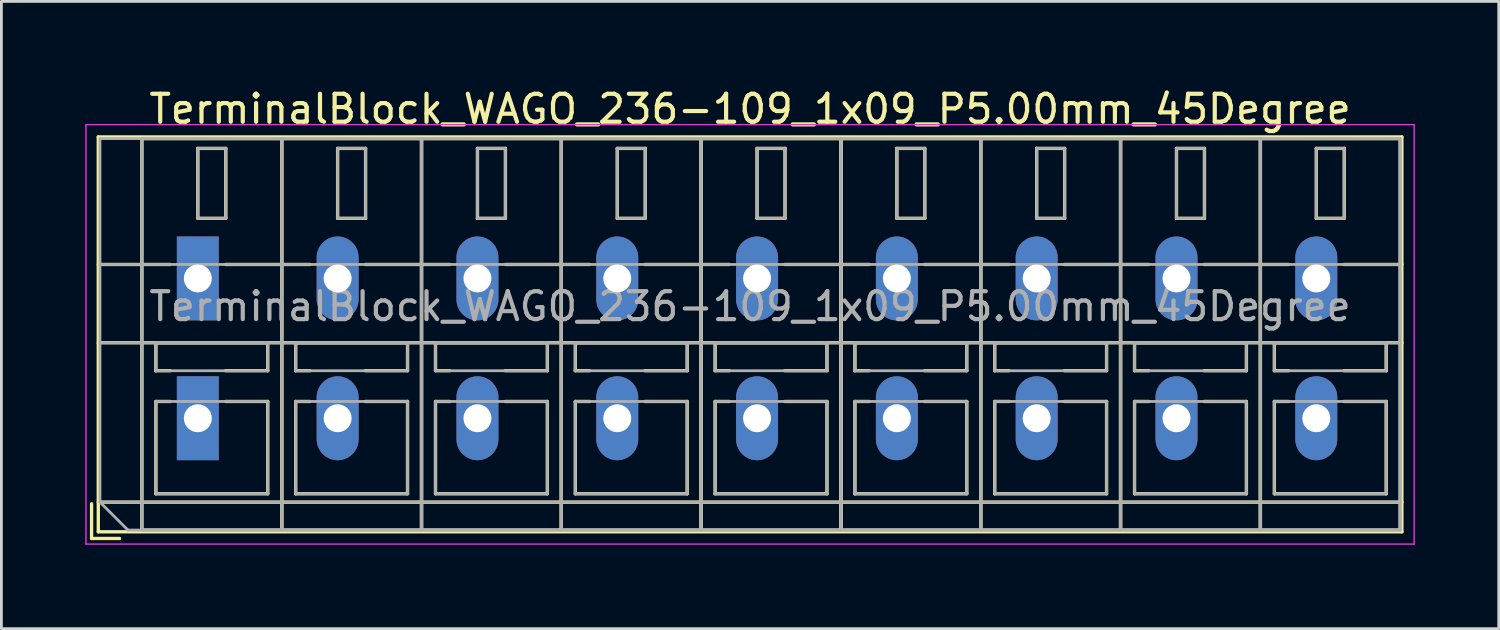
<source format=kicad_pcb>
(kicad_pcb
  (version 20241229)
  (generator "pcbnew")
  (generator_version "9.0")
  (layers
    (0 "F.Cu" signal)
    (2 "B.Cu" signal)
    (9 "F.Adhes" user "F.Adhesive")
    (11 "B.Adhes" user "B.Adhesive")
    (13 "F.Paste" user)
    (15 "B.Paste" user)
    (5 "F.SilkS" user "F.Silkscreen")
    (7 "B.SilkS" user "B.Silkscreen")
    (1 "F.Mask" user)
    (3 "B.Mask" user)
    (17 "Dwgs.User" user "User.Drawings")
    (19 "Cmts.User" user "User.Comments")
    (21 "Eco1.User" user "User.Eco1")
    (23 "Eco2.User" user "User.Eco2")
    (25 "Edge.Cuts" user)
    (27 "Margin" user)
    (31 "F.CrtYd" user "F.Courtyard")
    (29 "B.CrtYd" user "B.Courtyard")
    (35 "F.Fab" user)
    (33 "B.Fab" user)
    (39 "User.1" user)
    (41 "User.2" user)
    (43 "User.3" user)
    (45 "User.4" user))
  (footprint "TerminalBlock_WAGO_236-109_1x09_P5.00mm_45Degree"
    (layer "F.Cu")
    (at 4.025 11.908)
    (property "Reference" "TerminalBlock_WAGO_236-109_1x09_P5.00mm_45Degree" (at 19.75 -11.06 0) (layer "F.SilkS") (effects (font (size 1 1) (thickness 0.15))))
    (attr through_hole)
    (fp_line (start -3.8 3.06) (end -3.8 4.3) (stroke (width 0.12) (type solid)) (layer "F.SilkS"))
    (fp_line (start -3.8 4.3) (end -2.8 4.3) (stroke (width 0.12) (type solid)) (layer "F.SilkS"))
    (fp_line (start -3.56 -10.06) (end -3.56 4.06) (stroke (width 0.12) (type solid)) (layer "F.SilkS"))
    (fp_line (start -3.56 -10.06) (end 43.06 -10.06) (stroke (width 0.12) (type solid)) (layer "F.SilkS"))
    (fp_line (start -3.56 -5.5) (end -0.99 -5.5) (stroke (width 0.12) (type solid)) (layer "F.SilkS"))
    (fp_line (start -3.56 -2.7) (end 43.06 -2.7) (stroke (width 0.12) (type solid)) (layer "F.SilkS"))
    (fp_line (start -3.56 3) (end 43.06 3) (stroke (width 0.12) (type solid)) (layer "F.SilkS"))
    (fp_line (start -3.56 4.06) (end 43.06 4.06) (stroke (width 0.12) (type solid)) (layer "F.SilkS"))
    (fp_line (start -2 -10) (end -2 4) (stroke (width 0.12) (type solid)) (layer "F.SilkS"))
    (fp_line (start -2 -10) (end 3 -10) (stroke (width 0.12) (type solid)) (layer "F.SilkS"))
    (fp_line (start -2 4) (end 3 4) (stroke (width 0.12) (type solid)) (layer "F.SilkS"))
    (fp_line (start -1.5 -2.7) (end -1.5 -1.701) (stroke (width 0.12) (type solid)) (layer "F.SilkS"))
    (fp_line (start -1.5 -2.7) (end 2.5 -2.7) (stroke (width 0.12) (type solid)) (layer "F.SilkS"))
    (fp_line (start -1.5 -1.701) (end -0.99 -1.701) (stroke (width 0.12) (type solid)) (layer "F.SilkS"))
    (fp_line (start -1.5 -0.6) (end -1.5 2.7) (stroke (width 0.12) (type solid)) (layer "F.SilkS"))
    (fp_line (start -1.5 -0.6) (end -0.99 -0.6) (stroke (width 0.12) (type solid)) (layer "F.SilkS"))
    (fp_line (start -1.5 2.7) (end 2.5 2.7) (stroke (width 0.12) (type solid)) (layer "F.SilkS"))
    (fp_line (start 0 -9.65) (end 0 -7.15) (stroke (width 0.12) (type solid)) (layer "F.SilkS"))
    (fp_line (start 0 -9.65) (end 1 -9.65) (stroke (width 0.12) (type solid)) (layer "F.SilkS"))
    (fp_line (start 0 -7.15) (end 1 -7.15) (stroke (width 0.12) (type solid)) (layer "F.SilkS"))
    (fp_line (start 0.99 -5.5) (end 4.01 -5.5) (stroke (width 0.12) (type solid)) (layer "F.SilkS"))
    (fp_line (start 0.99 -1.701) (end 2.5 -1.701) (stroke (width 0.12) (type solid)) (layer "F.SilkS"))
    (fp_line (start 0.99 -0.6) (end 2.5 -0.6) (stroke (width 0.12) (type solid)) (layer "F.SilkS"))
    (fp_line (start 1 -9.65) (end 1 -7.15) (stroke (width 0.12) (type solid)) (layer "F.SilkS"))
    (fp_line (start 2.5 -2.7) (end 2.5 -1.701) (stroke (width 0.12) (type solid)) (layer "F.SilkS"))
    (fp_line (start 2.5 -0.6) (end 2.5 2.7) (stroke (width 0.12) (type solid)) (layer "F.SilkS"))
    (fp_line (start 3 -10) (end 3 4) (stroke (width 0.12) (type solid)) (layer "F.SilkS"))
    (fp_line (start 3 -10) (end 3 4) (stroke (width 0.12) (type solid)) (layer "F.SilkS"))
    (fp_line (start 3 -10) (end 8 -10) (stroke (width 0.12) (type solid)) (layer "F.SilkS"))
    (fp_line (start 3 4) (end 8 4) (stroke (width 0.12) (type solid)) (layer "F.SilkS"))
    (fp_line (start 3.5 -2.7) (end 3.5 -1.701) (stroke (width 0.12) (type solid)) (layer "F.SilkS"))
    (fp_line (start 3.5 -2.7) (end 7.5 -2.7) (stroke (width 0.12) (type solid)) (layer "F.SilkS"))
    (fp_line (start 3.5 -1.701) (end 4.01 -1.701) (stroke (width 0.12) (type solid)) (layer "F.SilkS"))
    (fp_line (start 3.5 -0.6) (end 3.5 2.7) (stroke (width 0.12) (type solid)) (layer "F.SilkS"))
    (fp_line (start 3.5 -0.6) (end 4.01 -0.6) (stroke (width 0.12) (type solid)) (layer "F.SilkS"))
    (fp_line (start 3.5 2.7) (end 7.5 2.7) (stroke (width 0.12) (type solid)) (layer "F.SilkS"))
    (fp_line (start 5 -9.65) (end 5 -7.15) (stroke (width 0.12) (type solid)) (layer "F.SilkS"))
    (fp_line (start 5 -9.65) (end 6 -9.65) (stroke (width 0.12) (type solid)) (layer "F.SilkS"))
    (fp_line (start 5 -7.15) (end 6 -7.15) (stroke (width 0.12) (type solid)) (layer "F.SilkS"))
    (fp_line (start 5.99 -5.5) (end 9.01 -5.5) (stroke (width 0.12) (type solid)) (layer "F.SilkS"))
    (fp_line (start 5.99 -1.701) (end 7.5 -1.701) (stroke (width 0.12) (type solid)) (layer "F.SilkS"))
    (fp_line (start 5.99 -0.6) (end 7.5 -0.6) (stroke (width 0.12) (type solid)) (layer "F.SilkS"))
    (fp_line (start 6 -9.65) (end 6 -7.15) (stroke (width 0.12) (type solid)) (layer "F.SilkS"))
    (fp_line (start 7.5 -2.7) (end 7.5 -1.701) (stroke (width 0.12) (type solid)) (layer "F.SilkS"))
    (fp_line (start 7.5 -0.6) (end 7.5 2.7) (stroke (width 0.12) (type solid)) (layer "F.SilkS"))
    (fp_line (start 8 -10) (end 8 4) (stroke (width 0.12) (type solid)) (layer "F.SilkS"))
    (fp_line (start 8 -10) (end 8 4) (stroke (width 0.12) (type solid)) (layer "F.SilkS"))
    (fp_line (start 8 -10) (end 13 -10) (stroke (width 0.12) (type solid)) (layer "F.SilkS"))
    (fp_line (start 8 4) (end 13 4) (stroke (width 0.12) (type solid)) (layer "F.SilkS"))
    (fp_line (start 8.5 -2.7) (end 8.5 -1.701) (stroke (width 0.12) (type solid)) (layer "F.SilkS"))
    (fp_line (start 8.5 -2.7) (end 12.5 -2.7) (stroke (width 0.12) (type solid)) (layer "F.SilkS"))
    (fp_line (start 8.5 -1.701) (end 9.01 -1.701) (stroke (width 0.12) (type solid)) (layer "F.SilkS"))
    (fp_line (start 8.5 -0.6) (end 8.5 2.7) (stroke (width 0.12) (type solid)) (layer "F.SilkS"))
    (fp_line (start 8.5 -0.6) (end 9.01 -0.6) (stroke (width 0.12) (type solid)) (layer "F.SilkS"))
    (fp_line (start 8.5 2.7) (end 12.5 2.7) (stroke (width 0.12) (type solid)) (layer "F.SilkS"))
    (fp_line (start 10 -9.65) (end 10 -7.15) (stroke (width 0.12) (type solid)) (layer "F.SilkS"))
    (fp_line (start 10 -9.65) (end 11 -9.65) (stroke (width 0.12) (type solid)) (layer "F.SilkS"))
    (fp_line (start 10 -7.15) (end 11 -7.15) (stroke (width 0.12) (type solid)) (layer "F.SilkS"))
    (fp_line (start 10.99 -5.5) (end 14.01 -5.5) (stroke (width 0.12) (type solid)) (layer "F.SilkS"))
    (fp_line (start 10.99 -1.701) (end 12.5 -1.701) (stroke (width 0.12) (type solid)) (layer "F.SilkS"))
    (fp_line (start 10.99 -0.6) (end 12.5 -0.6) (stroke (width 0.12) (type solid)) (layer "F.SilkS"))
    (fp_line (start 11 -9.65) (end 11 -7.15) (stroke (width 0.12) (type solid)) (layer "F.SilkS"))
    (fp_line (start 12.5 -2.7) (end 12.5 -1.701) (stroke (width 0.12) (type solid)) (layer "F.SilkS"))
    (fp_line (start 12.5 -0.6) (end 12.5 2.7) (stroke (width 0.12) (type solid)) (layer "F.SilkS"))
    (fp_line (start 13 -10) (end 13 4) (stroke (width 0.12) (type solid)) (layer "F.SilkS"))
    (fp_line (start 13 -10) (end 13 4) (stroke (width 0.12) (type solid)) (layer "F.SilkS"))
    (fp_line (start 13 -10) (end 18 -10) (stroke (width 0.12) (type solid)) (layer "F.SilkS"))
    (fp_line (start 13 4) (end 18 4) (stroke (width 0.12) (type solid)) (layer "F.SilkS"))
    (fp_line (start 13.5 -2.7) (end 13.5 -1.701) (stroke (width 0.12) (type solid)) (layer "F.SilkS"))
    (fp_line (start 13.5 -2.7) (end 17.5 -2.7) (stroke (width 0.12) (type solid)) (layer "F.SilkS"))
    (fp_line (start 13.5 -1.701) (end 14.01 -1.701) (stroke (width 0.12) (type solid)) (layer "F.SilkS"))
    (fp_line (start 13.5 -0.6) (end 13.5 2.7) (stroke (width 0.12) (type solid)) (layer "F.SilkS"))
    (fp_line (start 13.5 -0.6) (end 14.01 -0.6) (stroke (width 0.12) (type solid)) (layer "F.SilkS"))
    (fp_line (start 13.5 2.7) (end 17.5 2.7) (stroke (width 0.12) (type solid)) (layer "F.SilkS"))
    (fp_line (start 15 -9.65) (end 15 -7.15) (stroke (width 0.12) (type solid)) (layer "F.SilkS"))
    (fp_line (start 15 -9.65) (end 16 -9.65) (stroke (width 0.12) (type solid)) (layer "F.SilkS"))
    (fp_line (start 15 -7.15) (end 16 -7.15) (stroke (width 0.12) (type solid)) (layer "F.SilkS"))
    (fp_line (start 15.99 -5.5) (end 19.01 -5.5) (stroke (width 0.12) (type solid)) (layer "F.SilkS"))
    (fp_line (start 15.99 -1.701) (end 17.5 -1.701) (stroke (width 0.12) (type solid)) (layer "F.SilkS"))
    (fp_line (start 15.99 -0.6) (end 17.5 -0.6) (stroke (width 0.12) (type solid)) (layer "F.SilkS"))
    (fp_line (start 16 -9.65) (end 16 -7.15) (stroke (width 0.12) (type solid)) (layer "F.SilkS"))
    (fp_line (start 17.5 -2.7) (end 17.5 -1.701) (stroke (width 0.12) (type solid)) (layer "F.SilkS"))
    (fp_line (start 17.5 -0.6) (end 17.5 2.7) (stroke (width 0.12) (type solid)) (layer "F.SilkS"))
    (fp_line (start 18 -10) (end 18 4) (stroke (width 0.12) (type solid)) (layer "F.SilkS"))
    (fp_line (start 18 -10) (end 18 4) (stroke (width 0.12) (type solid)) (layer "F.SilkS"))
    (fp_line (start 18 -10) (end 23 -10) (stroke (width 0.12) (type solid)) (layer "F.SilkS"))
    (fp_line (start 18 4) (end 23 4) (stroke (width 0.12) (type solid)) (layer "F.SilkS"))
    (fp_line (start 18.5 -2.7) (end 18.5 -1.701) (stroke (width 0.12) (type solid)) (layer "F.SilkS"))
    (fp_line (start 18.5 -2.7) (end 22.5 -2.7) (stroke (width 0.12) (type solid)) (layer "F.SilkS"))
    (fp_line (start 18.5 -1.701) (end 19.01 -1.701) (stroke (width 0.12) (type solid)) (layer "F.SilkS"))
    (fp_line (start 18.5 -0.6) (end 18.5 2.7) (stroke (width 0.12) (type solid)) (layer "F.SilkS"))
    (fp_line (start 18.5 -0.6) (end 19.01 -0.6) (stroke (width 0.12) (type solid)) (layer "F.SilkS"))
    (fp_line (start 18.5 2.7) (end 22.5 2.7) (stroke (width 0.12) (type solid)) (layer "F.SilkS"))
    (fp_line (start 20 -9.65) (end 20 -7.15) (stroke (width 0.12) (type solid)) (layer "F.SilkS"))
    (fp_line (start 20 -9.65) (end 21 -9.65) (stroke (width 0.12) (type solid)) (layer "F.SilkS"))
    (fp_line (start 20 -7.15) (end 21 -7.15) (stroke (width 0.12) (type solid)) (layer "F.SilkS"))
    (fp_line (start 20.99 -5.5) (end 24.01 -5.5) (stroke (width 0.12) (type solid)) (layer "F.SilkS"))
    (fp_line (start 20.99 -1.701) (end 22.5 -1.701) (stroke (width 0.12) (type solid)) (layer "F.SilkS"))
    (fp_line (start 20.99 -0.6) (end 22.5 -0.6) (stroke (width 0.12) (type solid)) (layer "F.SilkS"))
    (fp_line (start 21 -9.65) (end 21 -7.15) (stroke (width 0.12) (type solid)) (layer "F.SilkS"))
    (fp_line (start 22.5 -2.7) (end 22.5 -1.701) (stroke (width 0.12) (type solid)) (layer "F.SilkS"))
    (fp_line (start 22.5 -0.6) (end 22.5 2.7) (stroke (width 0.12) (type solid)) (layer "F.SilkS"))
    (fp_line (start 23 -10) (end 23 4) (stroke (width 0.12) (type solid)) (layer "F.SilkS"))
    (fp_line (start 23 -10) (end 23 4) (stroke (width 0.12) (type solid)) (layer "F.SilkS"))
    (fp_line (start 23 -10) (end 28 -10) (stroke (width 0.12) (type solid)) (layer "F.SilkS"))
    (fp_line (start 23 4) (end 28 4) (stroke (width 0.12) (type solid)) (layer "F.SilkS"))
    (fp_line (start 23.5 -2.7) (end 23.5 -1.701) (stroke (width 0.12) (type solid)) (layer "F.SilkS"))
    (fp_line (start 23.5 -2.7) (end 27.5 -2.7) (stroke (width 0.12) (type solid)) (layer "F.SilkS"))
    (fp_line (start 23.5 -1.701) (end 24.01 -1.701) (stroke (width 0.12) (type solid)) (layer "F.SilkS"))
    (fp_line (start 23.5 -0.6) (end 23.5 2.7) (stroke (width 0.12) (type solid)) (layer "F.SilkS"))
    (fp_line (start 23.5 -0.6) (end 24.01 -0.6) (stroke (width 0.12) (type solid)) (layer "F.SilkS"))
    (fp_line (start 23.5 2.7) (end 27.5 2.7) (stroke (width 0.12) (type solid)) (layer "F.SilkS"))
    (fp_line (start 25 -9.65) (end 25 -7.15) (stroke (width 0.12) (type solid)) (layer "F.SilkS"))
    (fp_line (start 25 -9.65) (end 26 -9.65) (stroke (width 0.12) (type solid)) (layer "F.SilkS"))
    (fp_line (start 25 -7.15) (end 26 -7.15) (stroke (width 0.12) (type solid)) (layer "F.SilkS"))
    (fp_line (start 25.99 -5.5) (end 29.01 -5.5) (stroke (width 0.12) (type solid)) (layer "F.SilkS"))
    (fp_line (start 25.99 -1.701) (end 27.5 -1.701) (stroke (width 0.12) (type solid)) (layer "F.SilkS"))
    (fp_line (start 25.99 -0.6) (end 27.5 -0.6) (stroke (width 0.12) (type solid)) (layer "F.SilkS"))
    (fp_line (start 26 -9.65) (end 26 -7.15) (stroke (width 0.12) (type solid)) (layer "F.SilkS"))
    (fp_line (start 27.5 -2.7) (end 27.5 -1.701) (stroke (width 0.12) (type solid)) (layer "F.SilkS"))
    (fp_line (start 27.5 -0.6) (end 27.5 2.7) (stroke (width 0.12) (type solid)) (layer "F.SilkS"))
    (fp_line (start 28 -10) (end 28 4) (stroke (width 0.12) (type solid)) (layer "F.SilkS"))
    (fp_line (start 28 -10) (end 28 4) (stroke (width 0.12) (type solid)) (layer "F.SilkS"))
    (fp_line (start 28 -10) (end 33 -10) (stroke (width 0.12) (type solid)) (layer "F.SilkS"))
    (fp_line (start 28 4) (end 33 4) (stroke (width 0.12) (type solid)) (layer "F.SilkS"))
    (fp_line (start 28.5 -2.7) (end 28.5 -1.701) (stroke (width 0.12) (type solid)) (layer "F.SilkS"))
    (fp_line (start 28.5 -2.7) (end 32.5 -2.7) (stroke (width 0.12) (type solid)) (layer "F.SilkS"))
    (fp_line (start 28.5 -1.701) (end 29.01 -1.701) (stroke (width 0.12) (type solid)) (layer "F.SilkS"))
    (fp_line (start 28.5 -0.6) (end 28.5 2.7) (stroke (width 0.12) (type solid)) (layer "F.SilkS"))
    (fp_line (start 28.5 -0.6) (end 29.01 -0.6) (stroke (width 0.12) (type solid)) (layer "F.SilkS"))
    (fp_line (start 28.5 2.7) (end 32.5 2.7) (stroke (width 0.12) (type solid)) (layer "F.SilkS"))
    (fp_line (start 30 -9.65) (end 30 -7.15) (stroke (width 0.12) (type solid)) (layer "F.SilkS"))
    (fp_line (start 30 -9.65) (end 31 -9.65) (stroke (width 0.12) (type solid)) (layer "F.SilkS"))
    (fp_line (start 30 -7.15) (end 31 -7.15) (stroke (width 0.12) (type solid)) (layer "F.SilkS"))
    (fp_line (start 30.99 -5.5) (end 34.01 -5.5) (stroke (width 0.12) (type solid)) (layer "F.SilkS"))
    (fp_line (start 30.99 -1.701) (end 32.5 -1.701) (stroke (width 0.12) (type solid)) (layer "F.SilkS"))
    (fp_line (start 30.99 -0.6) (end 32.5 -0.6) (stroke (width 0.12) (type solid)) (layer "F.SilkS"))
    (fp_line (start 31 -9.65) (end 31 -7.15) (stroke (width 0.12) (type solid)) (layer "F.SilkS"))
    (fp_line (start 32.5 -2.7) (end 32.5 -1.701) (stroke (width 0.12) (type solid)) (layer "F.SilkS"))
    (fp_line (start 32.5 -0.6) (end 32.5 2.7) (stroke (width 0.12) (type solid)) (layer "F.SilkS"))
    (fp_line (start 33 -10) (end 33 4) (stroke (width 0.12) (type solid)) (layer "F.SilkS"))
    (fp_line (start 33 -10) (end 33 4) (stroke (width 0.12) (type solid)) (layer "F.SilkS"))
    (fp_line (start 33 -10) (end 38 -10) (stroke (width 0.12) (type solid)) (layer "F.SilkS"))
    (fp_line (start 33 4) (end 38 4) (stroke (width 0.12) (type solid)) (layer "F.SilkS"))
    (fp_line (start 33.5 -2.7) (end 33.5 -1.701) (stroke (width 0.12) (type solid)) (layer "F.SilkS"))
    (fp_line (start 33.5 -2.7) (end 37.5 -2.7) (stroke (width 0.12) (type solid)) (layer "F.SilkS"))
    (fp_line (start 33.5 -1.701) (end 34.01 -1.701) (stroke (width 0.12) (type solid)) (layer "F.SilkS"))
    (fp_line (start 33.5 -0.6) (end 33.5 2.7) (stroke (width 0.12) (type solid)) (layer "F.SilkS"))
    (fp_line (start 33.5 -0.6) (end 34.01 -0.6) (stroke (width 0.12) (type solid)) (layer "F.SilkS"))
    (fp_line (start 33.5 2.7) (end 37.5 2.7) (stroke (width 0.12) (type solid)) (layer "F.SilkS"))
    (fp_line (start 35 -9.65) (end 35 -7.15) (stroke (width 0.12) (type solid)) (layer "F.SilkS"))
    (fp_line (start 35 -9.65) (end 36 -9.65) (stroke (width 0.12) (type solid)) (layer "F.SilkS"))
    (fp_line (start 35 -7.15) (end 36 -7.15) (stroke (width 0.12) (type solid)) (layer "F.SilkS"))
    (fp_line (start 35.99 -5.5) (end 39.01 -5.5) (stroke (width 0.12) (type solid)) (layer "F.SilkS"))
    (fp_line (start 35.99 -1.701) (end 37.5 -1.701) (stroke (width 0.12) (type solid)) (layer "F.SilkS"))
    (fp_line (start 35.99 -0.6) (end 37.5 -0.6) (stroke (width 0.12) (type solid)) (layer "F.SilkS"))
    (fp_line (start 36 -9.65) (end 36 -7.15) (stroke (width 0.12) (type solid)) (layer "F.SilkS"))
    (fp_line (start 37.5 -2.7) (end 37.5 -1.701) (stroke (width 0.12) (type solid)) (layer "F.SilkS"))
    (fp_line (start 37.5 -0.6) (end 37.5 2.7) (stroke (width 0.12) (type solid)) (layer "F.SilkS"))
    (fp_line (start 38 -10) (end 38 4) (stroke (width 0.12) (type solid)) (layer "F.SilkS"))
    (fp_line (start 38 -10) (end 38 4) (stroke (width 0.12) (type solid)) (layer "F.SilkS"))
    (fp_line (start 38 -10) (end 43 -10) (stroke (width 0.12) (type solid)) (layer "F.SilkS"))
    (fp_line (start 38 4) (end 43 4) (stroke (width 0.12) (type solid)) (layer "F.SilkS"))
    (fp_line (start 38.5 -2.7) (end 38.5 -1.701) (stroke (width 0.12) (type solid)) (layer "F.SilkS"))
    (fp_line (start 38.5 -2.7) (end 42.5 -2.7) (stroke (width 0.12) (type solid)) (layer "F.SilkS"))
    (fp_line (start 38.5 -1.701) (end 39.01 -1.701) (stroke (width 0.12) (type solid)) (layer "F.SilkS"))
    (fp_line (start 38.5 -0.6) (end 38.5 2.7) (stroke (width 0.12) (type solid)) (layer "F.SilkS"))
    (fp_line (start 38.5 -0.6) (end 39.01 -0.6) (stroke (width 0.12) (type solid)) (layer "F.SilkS"))
    (fp_line (start 38.5 2.7) (end 42.5 2.7) (stroke (width 0.12) (type solid)) (layer "F.SilkS"))
    (fp_line (start 40 -9.65) (end 40 -7.15) (stroke (width 0.12) (type solid)) (layer "F.SilkS"))
    (fp_line (start 40 -9.65) (end 41 -9.65) (stroke (width 0.12) (type solid)) (layer "F.SilkS"))
    (fp_line (start 40 -7.15) (end 41 -7.15) (stroke (width 0.12) (type solid)) (layer "F.SilkS"))
    (fp_line (start 40.99 -5.5) (end 43.06 -5.5) (stroke (width 0.12) (type solid)) (layer "F.SilkS"))
    (fp_line (start 40.99 -1.701) (end 42.5 -1.701) (stroke (width 0.12) (type solid)) (layer "F.SilkS"))
    (fp_line (start 40.99 -0.6) (end 42.5 -0.6) (stroke (width 0.12) (type solid)) (layer "F.SilkS"))
    (fp_line (start 41 -9.65) (end 41 -7.15) (stroke (width 0.12) (type solid)) (layer "F.SilkS"))
    (fp_line (start 42.5 -2.7) (end 42.5 -1.701) (stroke (width 0.12) (type solid)) (layer "F.SilkS"))
    (fp_line (start 42.5 -0.6) (end 42.5 2.7) (stroke (width 0.12) (type solid)) (layer "F.SilkS"))
    (fp_line (start 43 -10) (end 43 4) (stroke (width 0.12) (type solid)) (layer "F.SilkS"))
    (fp_line (start 43.06 -10.06) (end 43.06 4.06) (stroke (width 0.12) (type solid)) (layer "F.SilkS"))
    (fp_line (start -4 -10.5) (end -4 4.5) (stroke (width 0.05) (type solid)) (layer "F.CrtYd"))
    (fp_line (start -4 4.5) (end 43.5 4.5) (stroke (width 0.05) (type solid)) (layer "F.CrtYd"))
    (fp_line (start 43.5 -10.5) (end -4 -10.5) (stroke (width 0.05) (type solid)) (layer "F.CrtYd"))
    (fp_line (start 43.5 4.5) (end 43.5 -10.5) (stroke (width 0.05) (type solid)) (layer "F.CrtYd"))
    (fp_line (start -3.5 -10) (end 43 -10) (stroke (width 0.1) (type solid)) (layer "F.Fab"))
    (fp_line (start -3.5 -5.5) (end 43 -5.5) (stroke (width 0.1) (type solid)) (layer "F.Fab"))
    (fp_line (start -3.5 -2.7) (end 43 -2.7) (stroke (width 0.1) (type solid)) (layer "F.Fab"))
    (fp_line (start -3.5 3) (end -3.5 -10) (stroke (width 0.1) (type solid)) (layer "F.Fab"))
    (fp_line (start -3.5 3) (end 43 3) (stroke (width 0.1) (type solid)) (layer "F.Fab"))
    (fp_line (start -2.5 4) (end -3.5 3) (stroke (width 0.1) (type solid)) (layer "F.Fab"))
    (fp_line (start -2 -10) (end -2 4) (stroke (width 0.1) (type solid)) (layer "F.Fab"))
    (fp_line (start -2 4) (end 3 4) (stroke (width 0.1) (type solid)) (layer "F.Fab"))
    (fp_line (start -1.5 -2.7) (end -1.5 -1.7) (stroke (width 0.1) (type solid)) (layer "F.Fab"))
    (fp_line (start -1.5 -1.7) (end 2.5 -1.7) (stroke (width 0.1) (type solid)) (layer "F.Fab"))
    (fp_line (start -1.5 -0.6) (end -1.5 2.7) (stroke (width 0.1) (type solid)) (layer "F.Fab"))
    (fp_line (start -1.5 2.7) (end 2.5 2.7) (stroke (width 0.1) (type solid)) (layer "F.Fab"))
    (fp_line (start 0 -9.65) (end 0 -7.15) (stroke (width 0.1) (type solid)) (layer "F.Fab"))
    (fp_line (start 0 -7.15) (end 1 -7.15) (stroke (width 0.1) (type solid)) (layer "F.Fab"))
    (fp_line (start 1 -9.65) (end 0 -9.65) (stroke (width 0.1) (type solid)) (layer "F.Fab"))
    (fp_line (start 1 -7.15) (end 1 -9.65) (stroke (width 0.1) (type solid)) (layer "F.Fab"))
    (fp_line (start 2.5 -2.7) (end -1.5 -2.7) (stroke (width 0.1) (type solid)) (layer "F.Fab"))
    (fp_line (start 2.5 -1.7) (end 2.5 -2.7) (stroke (width 0.1) (type solid)) (layer "F.Fab"))
    (fp_line (start 2.5 -0.6) (end -1.5 -0.6) (stroke (width 0.1) (type solid)) (layer "F.Fab"))
    (fp_line (start 2.5 2.7) (end 2.5 -0.6) (stroke (width 0.1) (type solid)) (layer "F.Fab"))
    (fp_line (start 3 -10) (end -2 -10) (stroke (width 0.1) (type solid)) (layer "F.Fab"))
    (fp_line (start 3 -10) (end 3 4) (stroke (width 0.1) (type solid)) (layer "F.Fab"))
    (fp_line (start 3 4) (end 3 -10) (stroke (width 0.1) (type solid)) (layer "F.Fab"))
    (fp_line (start 3 4) (end 8 4) (stroke (width 0.1) (type solid)) (layer "F.Fab"))
    (fp_line (start 3.5 -2.7) (end 3.5 -1.7) (stroke (width 0.1) (type solid)) (layer "F.Fab"))
    (fp_line (start 3.5 -1.7) (end 7.5 -1.7) (stroke (width 0.1) (type solid)) (layer "F.Fab"))
    (fp_line (start 3.5 -0.6) (end 3.5 2.7) (stroke (width 0.1) (type solid)) (layer "F.Fab"))
    (fp_line (start 3.5 2.7) (end 7.5 2.7) (stroke (width 0.1) (type solid)) (layer "F.Fab"))
    (fp_line (start 5 -9.65) (end 5 -7.15) (stroke (width 0.1) (type solid)) (layer "F.Fab"))
    (fp_line (start 5 -7.15) (end 6 -7.15) (stroke (width 0.1) (type solid)) (layer "F.Fab"))
    (fp_line (start 6 -9.65) (end 5 -9.65) (stroke (width 0.1) (type solid)) (layer "F.Fab"))
    (fp_line (start 6 -7.15) (end 6 -9.65) (stroke (width 0.1) (type solid)) (layer "F.Fab"))
    (fp_line (start 7.5 -2.7) (end 3.5 -2.7) (stroke (width 0.1) (type solid)) (layer "F.Fab"))
    (fp_line (start 7.5 -1.7) (end 7.5 -2.7) (stroke (width 0.1) (type solid)) (layer "F.Fab"))
    (fp_line (start 7.5 -0.6) (end 3.5 -0.6) (stroke (width 0.1) (type solid)) (layer "F.Fab"))
    (fp_line (start 7.5 2.7) (end 7.5 -0.6) (stroke (width 0.1) (type solid)) (layer "F.Fab"))
    (fp_line (start 8 -10) (end 3 -10) (stroke (width 0.1) (type solid)) (layer "F.Fab"))
    (fp_line (start 8 -10) (end 8 4) (stroke (width 0.1) (type solid)) (layer "F.Fab"))
    (fp_line (start 8 4) (end 8 -10) (stroke (width 0.1) (type solid)) (layer "F.Fab"))
    (fp_line (start 8 4) (end 13 4) (stroke (width 0.1) (type solid)) (layer "F.Fab"))
    (fp_line (start 8.5 -2.7) (end 8.5 -1.7) (stroke (width 0.1) (type solid)) (layer "F.Fab"))
    (fp_line (start 8.5 -1.7) (end 12.5 -1.7) (stroke (width 0.1) (type solid)) (layer "F.Fab"))
    (fp_line (start 8.5 -0.6) (end 8.5 2.7) (stroke (width 0.1) (type solid)) (layer "F.Fab"))
    (fp_line (start 8.5 2.7) (end 12.5 2.7) (stroke (width 0.1) (type solid)) (layer "F.Fab"))
    (fp_line (start 10 -9.65) (end 10 -7.15) (stroke (width 0.1) (type solid)) (layer "F.Fab"))
    (fp_line (start 10 -7.15) (end 11 -7.15) (stroke (width 0.1) (type solid)) (layer "F.Fab"))
    (fp_line (start 11 -9.65) (end 10 -9.65) (stroke (width 0.1) (type solid)) (layer "F.Fab"))
    (fp_line (start 11 -7.15) (end 11 -9.65) (stroke (width 0.1) (type solid)) (layer "F.Fab"))
    (fp_line (start 12.5 -2.7) (end 8.5 -2.7) (stroke (width 0.1) (type solid)) (layer "F.Fab"))
    (fp_line (start 12.5 -1.7) (end 12.5 -2.7) (stroke (width 0.1) (type solid)) (layer "F.Fab"))
    (fp_line (start 12.5 -0.6) (end 8.5 -0.6) (stroke (width 0.1) (type solid)) (layer "F.Fab"))
    (fp_line (start 12.5 2.7) (end 12.5 -0.6) (stroke (width 0.1) (type solid)) (layer "F.Fab"))
    (fp_line (start 13 -10) (end 8 -10) (stroke (width 0.1) (type solid)) (layer "F.Fab"))
    (fp_line (start 13 -10) (end 13 4) (stroke (width 0.1) (type solid)) (layer "F.Fab"))
    (fp_line (start 13 4) (end 13 -10) (stroke (width 0.1) (type solid)) (layer "F.Fab"))
    (fp_line (start 13 4) (end 18 4) (stroke (width 0.1) (type solid)) (layer "F.Fab"))
    (fp_line (start 13.5 -2.7) (end 13.5 -1.7) (stroke (width 0.1) (type solid)) (layer "F.Fab"))
    (fp_line (start 13.5 -1.7) (end 17.5 -1.7) (stroke (width 0.1) (type solid)) (layer "F.Fab"))
    (fp_line (start 13.5 -0.6) (end 13.5 2.7) (stroke (width 0.1) (type solid)) (layer "F.Fab"))
    (fp_line (start 13.5 2.7) (end 17.5 2.7) (stroke (width 0.1) (type solid)) (layer "F.Fab"))
    (fp_line (start 15 -9.65) (end 15 -7.15) (stroke (width 0.1) (type solid)) (layer "F.Fab"))
    (fp_line (start 15 -7.15) (end 16 -7.15) (stroke (width 0.1) (type solid)) (layer "F.Fab"))
    (fp_line (start 16 -9.65) (end 15 -9.65) (stroke (width 0.1) (type solid)) (layer "F.Fab"))
    (fp_line (start 16 -7.15) (end 16 -9.65) (stroke (width 0.1) (type solid)) (layer "F.Fab"))
    (fp_line (start 17.5 -2.7) (end 13.5 -2.7) (stroke (width 0.1) (type solid)) (layer "F.Fab"))
    (fp_line (start 17.5 -1.7) (end 17.5 -2.7) (stroke (width 0.1) (type solid)) (layer "F.Fab"))
    (fp_line (start 17.5 -0.6) (end 13.5 -0.6) (stroke (width 0.1) (type solid)) (layer "F.Fab"))
    (fp_line (start 17.5 2.7) (end 17.5 -0.6) (stroke (width 0.1) (type solid)) (layer "F.Fab"))
    (fp_line (start 18 -10) (end 13 -10) (stroke (width 0.1) (type solid)) (layer "F.Fab"))
    (fp_line (start 18 -10) (end 18 4) (stroke (width 0.1) (type solid)) (layer "F.Fab"))
    (fp_line (start 18 4) (end 18 -10) (stroke (width 0.1) (type solid)) (layer "F.Fab"))
    (fp_line (start 18 4) (end 23 4) (stroke (width 0.1) (type solid)) (layer "F.Fab"))
    (fp_line (start 18.5 -2.7) (end 18.5 -1.7) (stroke (width 0.1) (type solid)) (layer "F.Fab"))
    (fp_line (start 18.5 -1.7) (end 22.5 -1.7) (stroke (width 0.1) (type solid)) (layer "F.Fab"))
    (fp_line (start 18.5 -0.6) (end 18.5 2.7) (stroke (width 0.1) (type solid)) (layer "F.Fab"))
    (fp_line (start 18.5 2.7) (end 22.5 2.7) (stroke (width 0.1) (type solid)) (layer "F.Fab"))
    (fp_line (start 20 -9.65) (end 20 -7.15) (stroke (width 0.1) (type solid)) (layer "F.Fab"))
    (fp_line (start 20 -7.15) (end 21 -7.15) (stroke (width 0.1) (type solid)) (layer "F.Fab"))
    (fp_line (start 21 -9.65) (end 20 -9.65) (stroke (width 0.1) (type solid)) (layer "F.Fab"))
    (fp_line (start 21 -7.15) (end 21 -9.65) (stroke (width 0.1) (type solid)) (layer "F.Fab"))
    (fp_line (start 22.5 -2.7) (end 18.5 -2.7) (stroke (width 0.1) (type solid)) (layer "F.Fab"))
    (fp_line (start 22.5 -1.7) (end 22.5 -2.7) (stroke (width 0.1) (type solid)) (layer "F.Fab"))
    (fp_line (start 22.5 -0.6) (end 18.5 -0.6) (stroke (width 0.1) (type solid)) (layer "F.Fab"))
    (fp_line (start 22.5 2.7) (end 22.5 -0.6) (stroke (width 0.1) (type solid)) (layer "F.Fab"))
    (fp_line (start 23 -10) (end 18 -10) (stroke (width 0.1) (type solid)) (layer "F.Fab"))
    (fp_line (start 23 -10) (end 23 4) (stroke (width 0.1) (type solid)) (layer "F.Fab"))
    (fp_line (start 23 4) (end 23 -10) (stroke (width 0.1) (type solid)) (layer "F.Fab"))
    (fp_line (start 23 4) (end 28 4) (stroke (width 0.1) (type solid)) (layer "F.Fab"))
    (fp_line (start 23.5 -2.7) (end 23.5 -1.7) (stroke (width 0.1) (type solid)) (layer "F.Fab"))
    (fp_line (start 23.5 -1.7) (end 27.5 -1.7) (stroke (width 0.1) (type solid)) (layer "F.Fab"))
    (fp_line (start 23.5 -0.6) (end 23.5 2.7) (stroke (width 0.1) (type solid)) (layer "F.Fab"))
    (fp_line (start 23.5 2.7) (end 27.5 2.7) (stroke (width 0.1) (type solid)) (layer "F.Fab"))
    (fp_line (start 25 -9.65) (end 25 -7.15) (stroke (width 0.1) (type solid)) (layer "F.Fab"))
    (fp_line (start 25 -7.15) (end 26 -7.15) (stroke (width 0.1) (type solid)) (layer "F.Fab"))
    (fp_line (start 26 -9.65) (end 25 -9.65) (stroke (width 0.1) (type solid)) (layer "F.Fab"))
    (fp_line (start 26 -7.15) (end 26 -9.65) (stroke (width 0.1) (type solid)) (layer "F.Fab"))
    (fp_line (start 27.5 -2.7) (end 23.5 -2.7) (stroke (width 0.1) (type solid)) (layer "F.Fab"))
    (fp_line (start 27.5 -1.7) (end 27.5 -2.7) (stroke (width 0.1) (type solid)) (layer "F.Fab"))
    (fp_line (start 27.5 -0.6) (end 23.5 -0.6) (stroke (width 0.1) (type solid)) (layer "F.Fab"))
    (fp_line (start 27.5 2.7) (end 27.5 -0.6) (stroke (width 0.1) (type solid)) (layer "F.Fab"))
    (fp_line (start 28 -10) (end 23 -10) (stroke (width 0.1) (type solid)) (layer "F.Fab"))
    (fp_line (start 28 -10) (end 28 4) (stroke (width 0.1) (type solid)) (layer "F.Fab"))
    (fp_line (start 28 4) (end 28 -10) (stroke (width 0.1) (type solid)) (layer "F.Fab"))
    (fp_line (start 28 4) (end 33 4) (stroke (width 0.1) (type solid)) (layer "F.Fab"))
    (fp_line (start 28.5 -2.7) (end 28.5 -1.7) (stroke (width 0.1) (type solid)) (layer "F.Fab"))
    (fp_line (start 28.5 -1.7) (end 32.5 -1.7) (stroke (width 0.1) (type solid)) (layer "F.Fab"))
    (fp_line (start 28.5 -0.6) (end 28.5 2.7) (stroke (width 0.1) (type solid)) (layer "F.Fab"))
    (fp_line (start 28.5 2.7) (end 32.5 2.7) (stroke (width 0.1) (type solid)) (layer "F.Fab"))
    (fp_line (start 30 -9.65) (end 30 -7.15) (stroke (width 0.1) (type solid)) (layer "F.Fab"))
    (fp_line (start 30 -7.15) (end 31 -7.15) (stroke (width 0.1) (type solid)) (layer "F.Fab"))
    (fp_line (start 31 -9.65) (end 30 -9.65) (stroke (width 0.1) (type solid)) (layer "F.Fab"))
    (fp_line (start 31 -7.15) (end 31 -9.65) (stroke (width 0.1) (type solid)) (layer "F.Fab"))
    (fp_line (start 32.5 -2.7) (end 28.5 -2.7) (stroke (width 0.1) (type solid)) (layer "F.Fab"))
    (fp_line (start 32.5 -1.7) (end 32.5 -2.7) (stroke (width 0.1) (type solid)) (layer "F.Fab"))
    (fp_line (start 32.5 -0.6) (end 28.5 -0.6) (stroke (width 0.1) (type solid)) (layer "F.Fab"))
    (fp_line (start 32.5 2.7) (end 32.5 -0.6) (stroke (width 0.1) (type solid)) (layer "F.Fab"))
    (fp_line (start 33 -10) (end 28 -10) (stroke (width 0.1) (type solid)) (layer "F.Fab"))
    (fp_line (start 33 -10) (end 33 4) (stroke (width 0.1) (type solid)) (layer "F.Fab"))
    (fp_line (start 33 4) (end 33 -10) (stroke (width 0.1) (type solid)) (layer "F.Fab"))
    (fp_line (start 33 4) (end 38 4) (stroke (width 0.1) (type solid)) (layer "F.Fab"))
    (fp_line (start 33.5 -2.7) (end 33.5 -1.7) (stroke (width 0.1) (type solid)) (layer "F.Fab"))
    (fp_line (start 33.5 -1.7) (end 37.5 -1.7) (stroke (width 0.1) (type solid)) (layer "F.Fab"))
    (fp_line (start 33.5 -0.6) (end 33.5 2.7) (stroke (width 0.1) (type solid)) (layer "F.Fab"))
    (fp_line (start 33.5 2.7) (end 37.5 2.7) (stroke (width 0.1) (type solid)) (layer "F.Fab"))
    (fp_line (start 35 -9.65) (end 35 -7.15) (stroke (width 0.1) (type solid)) (layer "F.Fab"))
    (fp_line (start 35 -7.15) (end 36 -7.15) (stroke (width 0.1) (type solid)) (layer "F.Fab"))
    (fp_line (start 36 -9.65) (end 35 -9.65) (stroke (width 0.1) (type solid)) (layer "F.Fab"))
    (fp_line (start 36 -7.15) (end 36 -9.65) (stroke (width 0.1) (type solid)) (layer "F.Fab"))
    (fp_line (start 37.5 -2.7) (end 33.5 -2.7) (stroke (width 0.1) (type solid)) (layer "F.Fab"))
    (fp_line (start 37.5 -1.7) (end 37.5 -2.7) (stroke (width 0.1) (type solid)) (layer "F.Fab"))
    (fp_line (start 37.5 -0.6) (end 33.5 -0.6) (stroke (width 0.1) (type solid)) (layer "F.Fab"))
    (fp_line (start 37.5 2.7) (end 37.5 -0.6) (stroke (width 0.1) (type solid)) (layer "F.Fab"))
    (fp_line (start 38 -10) (end 33 -10) (stroke (width 0.1) (type solid)) (layer "F.Fab"))
    (fp_line (start 38 -10) (end 38 4) (stroke (width 0.1) (type solid)) (layer "F.Fab"))
    (fp_line (start 38 4) (end 38 -10) (stroke (width 0.1) (type solid)) (layer "F.Fab"))
    (fp_line (start 38 4) (end 43 4) (stroke (width 0.1) (type solid)) (layer "F.Fab"))
    (fp_line (start 38.5 -2.7) (end 38.5 -1.7) (stroke (width 0.1) (type solid)) (layer "F.Fab"))
    (fp_line (start 38.5 -1.7) (end 42.5 -1.7) (stroke (width 0.1) (type solid)) (layer "F.Fab"))
    (fp_line (start 38.5 -0.6) (end 38.5 2.7) (stroke (width 0.1) (type solid)) (layer "F.Fab"))
    (fp_line (start 38.5 2.7) (end 42.5 2.7) (stroke (width 0.1) (type solid)) (layer "F.Fab"))
    (fp_line (start 40 -9.65) (end 40 -7.15) (stroke (width 0.1) (type solid)) (layer "F.Fab"))
    (fp_line (start 40 -7.15) (end 41 -7.15) (stroke (width 0.1) (type solid)) (layer "F.Fab"))
    (fp_line (start 41 -9.65) (end 40 -9.65) (stroke (width 0.1) (type solid)) (layer "F.Fab"))
    (fp_line (start 41 -7.15) (end 41 -9.65) (stroke (width 0.1) (type solid)) (layer "F.Fab"))
    (fp_line (start 42.5 -2.7) (end 38.5 -2.7) (stroke (width 0.1) (type solid)) (layer "F.Fab"))
    (fp_line (start 42.5 -1.7) (end 42.5 -2.7) (stroke (width 0.1) (type solid)) (layer "F.Fab"))
    (fp_line (start 42.5 -0.6) (end 38.5 -0.6) (stroke (width 0.1) (type solid)) (layer "F.Fab"))
    (fp_line (start 42.5 2.7) (end 42.5 -0.6) (stroke (width 0.1) (type solid)) (layer "F.Fab"))
    (fp_line (start 43 -10) (end 38 -10) (stroke (width 0.1) (type solid)) (layer "F.Fab"))
    (fp_line (start 43 -10) (end 43 4) (stroke (width 0.1) (type solid)) (layer "F.Fab"))
    (fp_line (start 43 4) (end -2.5 4) (stroke (width 0.1) (type solid)) (layer "F.Fab"))
    (fp_line (start 43 4) (end 43 -10) (stroke (width 0.1) (type solid)) (layer "F.Fab"))
    (fp_text user "${REFERENCE}" (at 19.75 -4 0) (layer "F.Fab") (effects (font (size 1 1) (thickness 0.15))))
    (pad "1" thru_hole rect (at 0 -5) (size 1.5 3) (drill 1) (layers "*.Cu" "*.Mask"))
    (pad "1" thru_hole rect (at 0 0) (size 1.5 3) (drill 1) (layers "*.Cu" "*.Mask"))
    (pad "2" thru_hole oval (at 5 -5) (size 1.5 3) (drill 1) (layers "*.Cu" "*.Mask"))
    (pad "2" thru_hole oval (at 5 0) (size 1.5 3) (drill 1) (layers "*.Cu" "*.Mask"))
    (pad "3" thru_hole oval (at 10 -5) (size 1.5 3) (drill 1) (layers "*.Cu" "*.Mask"))
    (pad "3" thru_hole oval (at 10 0) (size 1.5 3) (drill 1) (layers "*.Cu" "*.Mask"))
    (pad "4" thru_hole oval (at 15 -5) (size 1.5 3) (drill 1) (layers "*.Cu" "*.Mask"))
    (pad "4" thru_hole oval (at 15 0) (size 1.5 3) (drill 1) (layers "*.Cu" "*.Mask"))
    (pad "5" thru_hole oval (at 20 -5) (size 1.5 3) (drill 1) (layers "*.Cu" "*.Mask"))
    (pad "5" thru_hole oval (at 20 0) (size 1.5 3) (drill 1) (layers "*.Cu" "*.Mask"))
    (pad "6" thru_hole oval (at 25 -5) (size 1.5 3) (drill 1) (layers "*.Cu" "*.Mask"))
    (pad "6" thru_hole oval (at 25 0) (size 1.5 3) (drill 1) (layers "*.Cu" "*.Mask"))
    (pad "7" thru_hole oval (at 30 -5) (size 1.5 3) (drill 1) (layers "*.Cu" "*.Mask"))
    (pad "7" thru_hole oval (at 30 0) (size 1.5 3) (drill 1) (layers "*.Cu" "*.Mask"))
    (pad "8" thru_hole oval (at 35 -5) (size 1.5 3) (drill 1) (layers "*.Cu" "*.Mask"))
    (pad "8" thru_hole oval (at 35 0) (size 1.5 3) (drill 1) (layers "*.Cu" "*.Mask"))
    (pad "9" thru_hole oval (at 40 -5) (size 1.5 3) (drill 1) (layers "*.Cu" "*.Mask"))
    (pad "9" thru_hole oval (at 40 0) (size 1.5 3) (drill 1) (layers "*.Cu" "*.Mask")))
  (gr_rect
    (start -3 -3)
    (end 50.55 19.433)
    (stroke (width 0.1) (type default))
    (fill no)
    (layer "Edge.Cuts")))
</source>
